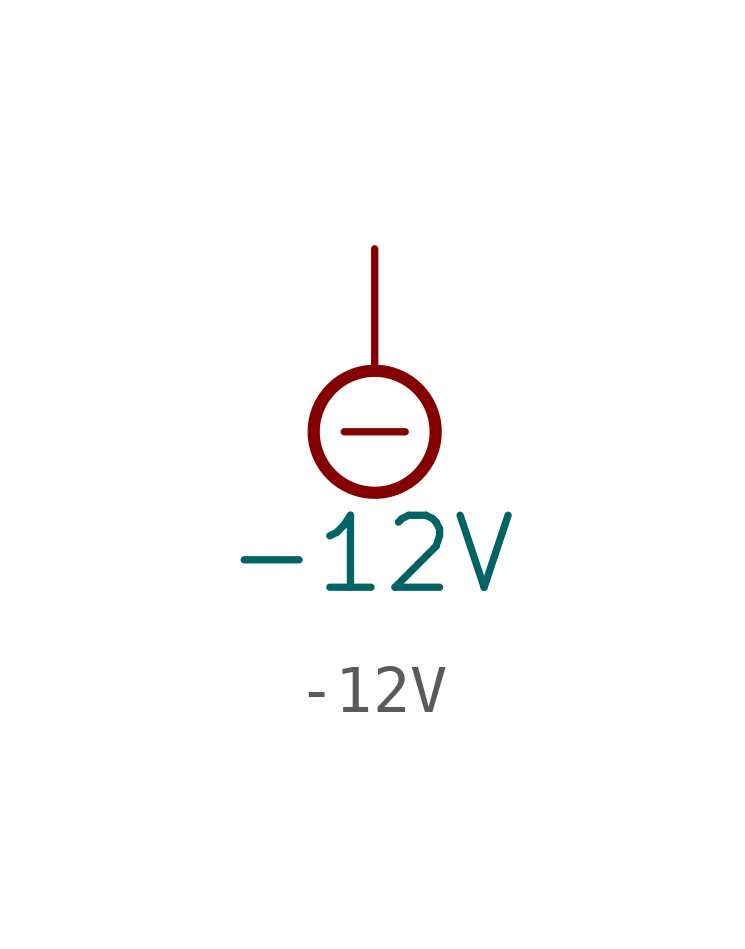
<source format=kicad_sym>
(kicad_symbol_lib
  (version 20211014)
  (generator kicad_symbol_editor)
  (symbol "-12V"
    (power)
    (pin_names
      (offset 1.016))
    (property "Reference" "#SUPPLY"
      (at 0 0 0)
      (effects (font (size 1.27 1.27)) hide))
    (property "Value" "-12V"
      (at -3.175 -4.699 0)
      (effects (font (size 1.499 1.499)) (justify left bottom)))
    (property "ki_locked" ""
      (at 0 0 0)
      (effects (font (size 1.27 1.27))))
    (symbol "-12V_1_0"
      (circle (center 0 -1.27) (radius 1.27) (stroke (width 0.254) (type default) (color 0 0 0 0)) (fill (type none)))
      (polyline (pts (xy -0.635 -1.27) (xy 0.635 -1.27)) (stroke (width 0) (type default) (color 0 0 0 0)) (fill (type none)))
      (pin power_in line (at 0 2.54 270) (length 2.54) (name "-12V" (effects (font (size 0 0)))) (number "1" (effects (font (size 0 0))))))))
</source>
